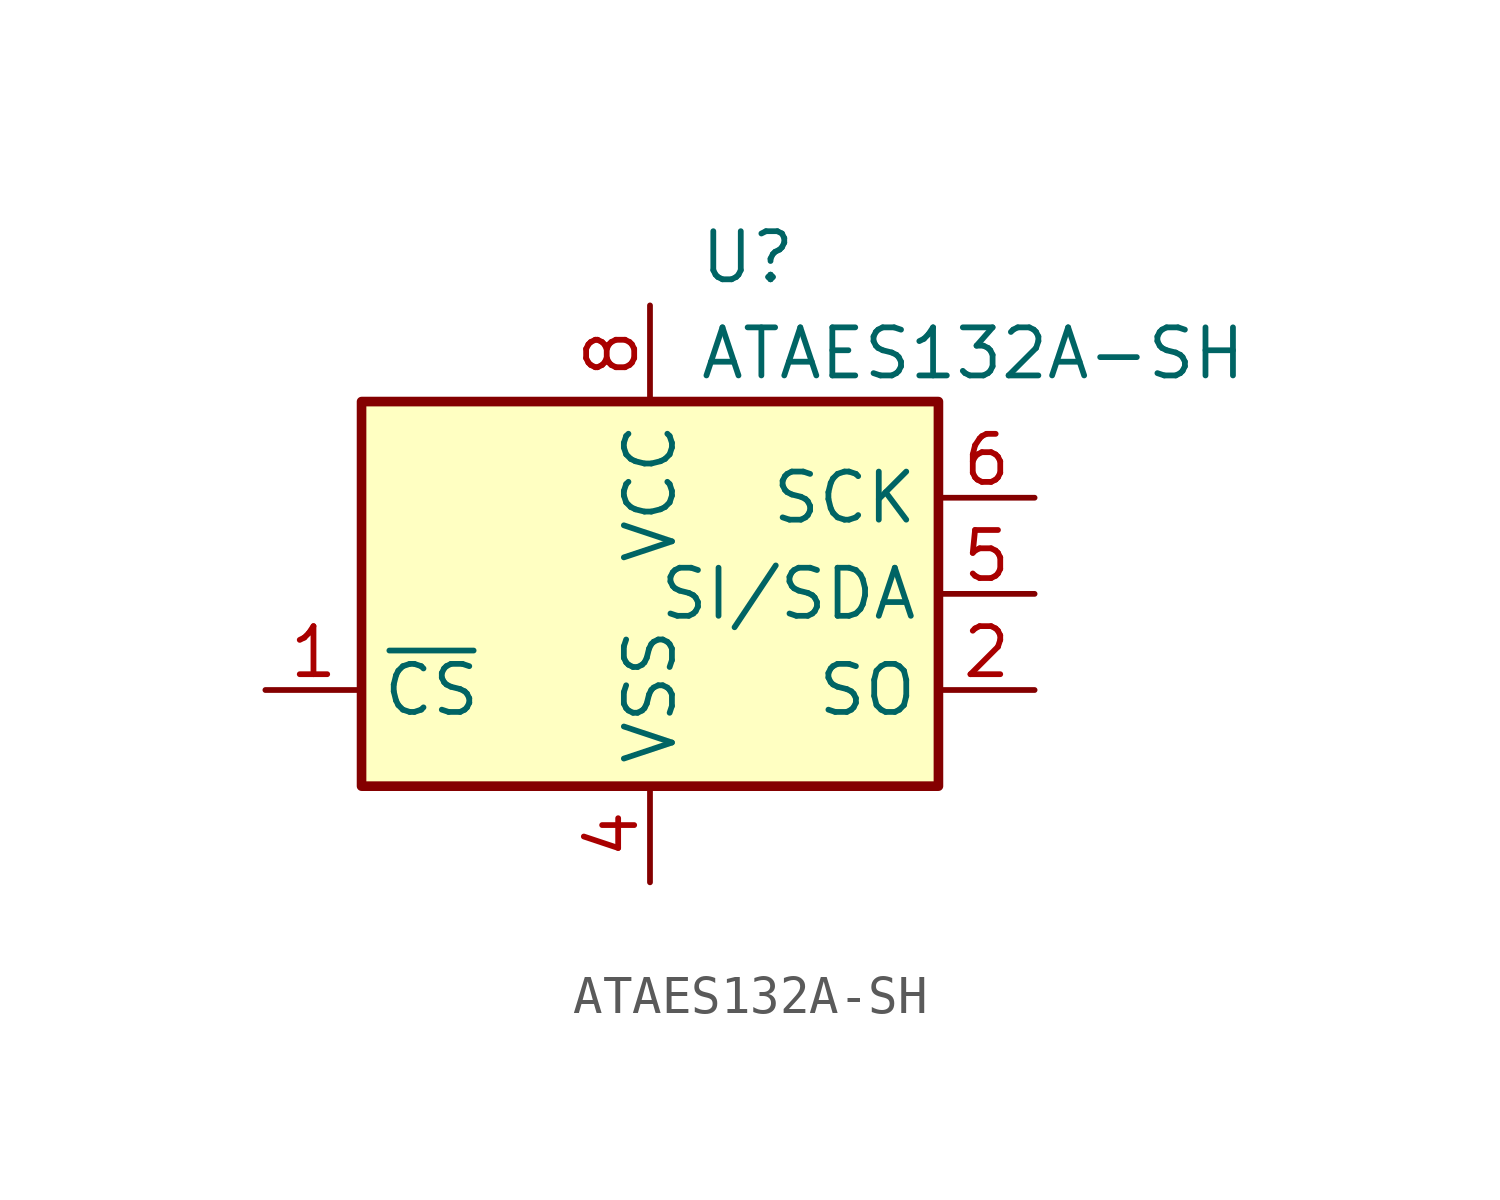
<source format=kicad_sym>
(kicad_symbol_lib
  (version 20200126)
  (host kicad_symbol_editor "5.99.0-unknown-a3fc028c9~102~ubuntu19.10.1")
  (symbol "testLib2:ATAES132A-SH"
    (pin_names
      (offset 0.508))
    (property "Reference" "U"
      (at 1.27 8.89 0)
      (effects (font (size 1.27 1.27)) (justify left)))
    (property "Value" "ATAES132A-SH"
      (at 1.27 6.35 0)
      (effects (font (size 1.27 1.27)) (justify left)))
    (symbol "ATAES132A-SH_0_1"
      (rectangle (start 7.62 5.08) (end -7.62 -5.08) (stroke (width 0.254)) (fill (type background))))
    (symbol "ATAES132A-SH_1_1"
      (pin input line (at -10.16 -2.54 0) (length 2.54) (name "~CS" (effects (font (size 1.27 1.27)))) (number "1" (effects (font (size 1.27 1.27)))))
      (pin output line (at 10.16 -2.54 180) (length 2.54) (name "SO" (effects (font (size 1.27 1.27)))) (number "2" (effects (font (size 1.27 1.27)))))
      (pin unconnected line (at -7.62 2.54 0) (length 2.54) hide (name "NC" (effects (font (size 1.27 1.27)))) (number "3" (effects (font (size 1.27 1.27)))))
      (pin power_in line (at 0 -7.62 90) (length 2.54) (name "VSS" (effects (font (size 1.27 1.27)))) (number "4" (effects (font (size 1.27 1.27)))))
      (pin bidirectional line (at 10.16 0 180) (length 2.54) (name "SI/SDA" (effects (font (size 1.27 1.27)))) (number "5" (effects (font (size 1.27 1.27)))))
      (pin input line (at 10.16 2.54 180) (length 2.54) (name "SCK" (effects (font (size 1.27 1.27)))) (number "6" (effects (font (size 1.27 1.27)))))
      (pin unconnected line (at -7.62 0 0) (length 2.54) hide (name "NC" (effects (font (size 1.27 1.27)))) (number "7" (effects (font (size 1.27 1.27)))))
      (pin power_in line (at 0 7.62 270) (length 2.54) (name "VCC" (effects (font (size 1.27 1.27)))) (number "8" (effects (font (size 1.27 1.27))))))))
</source>
